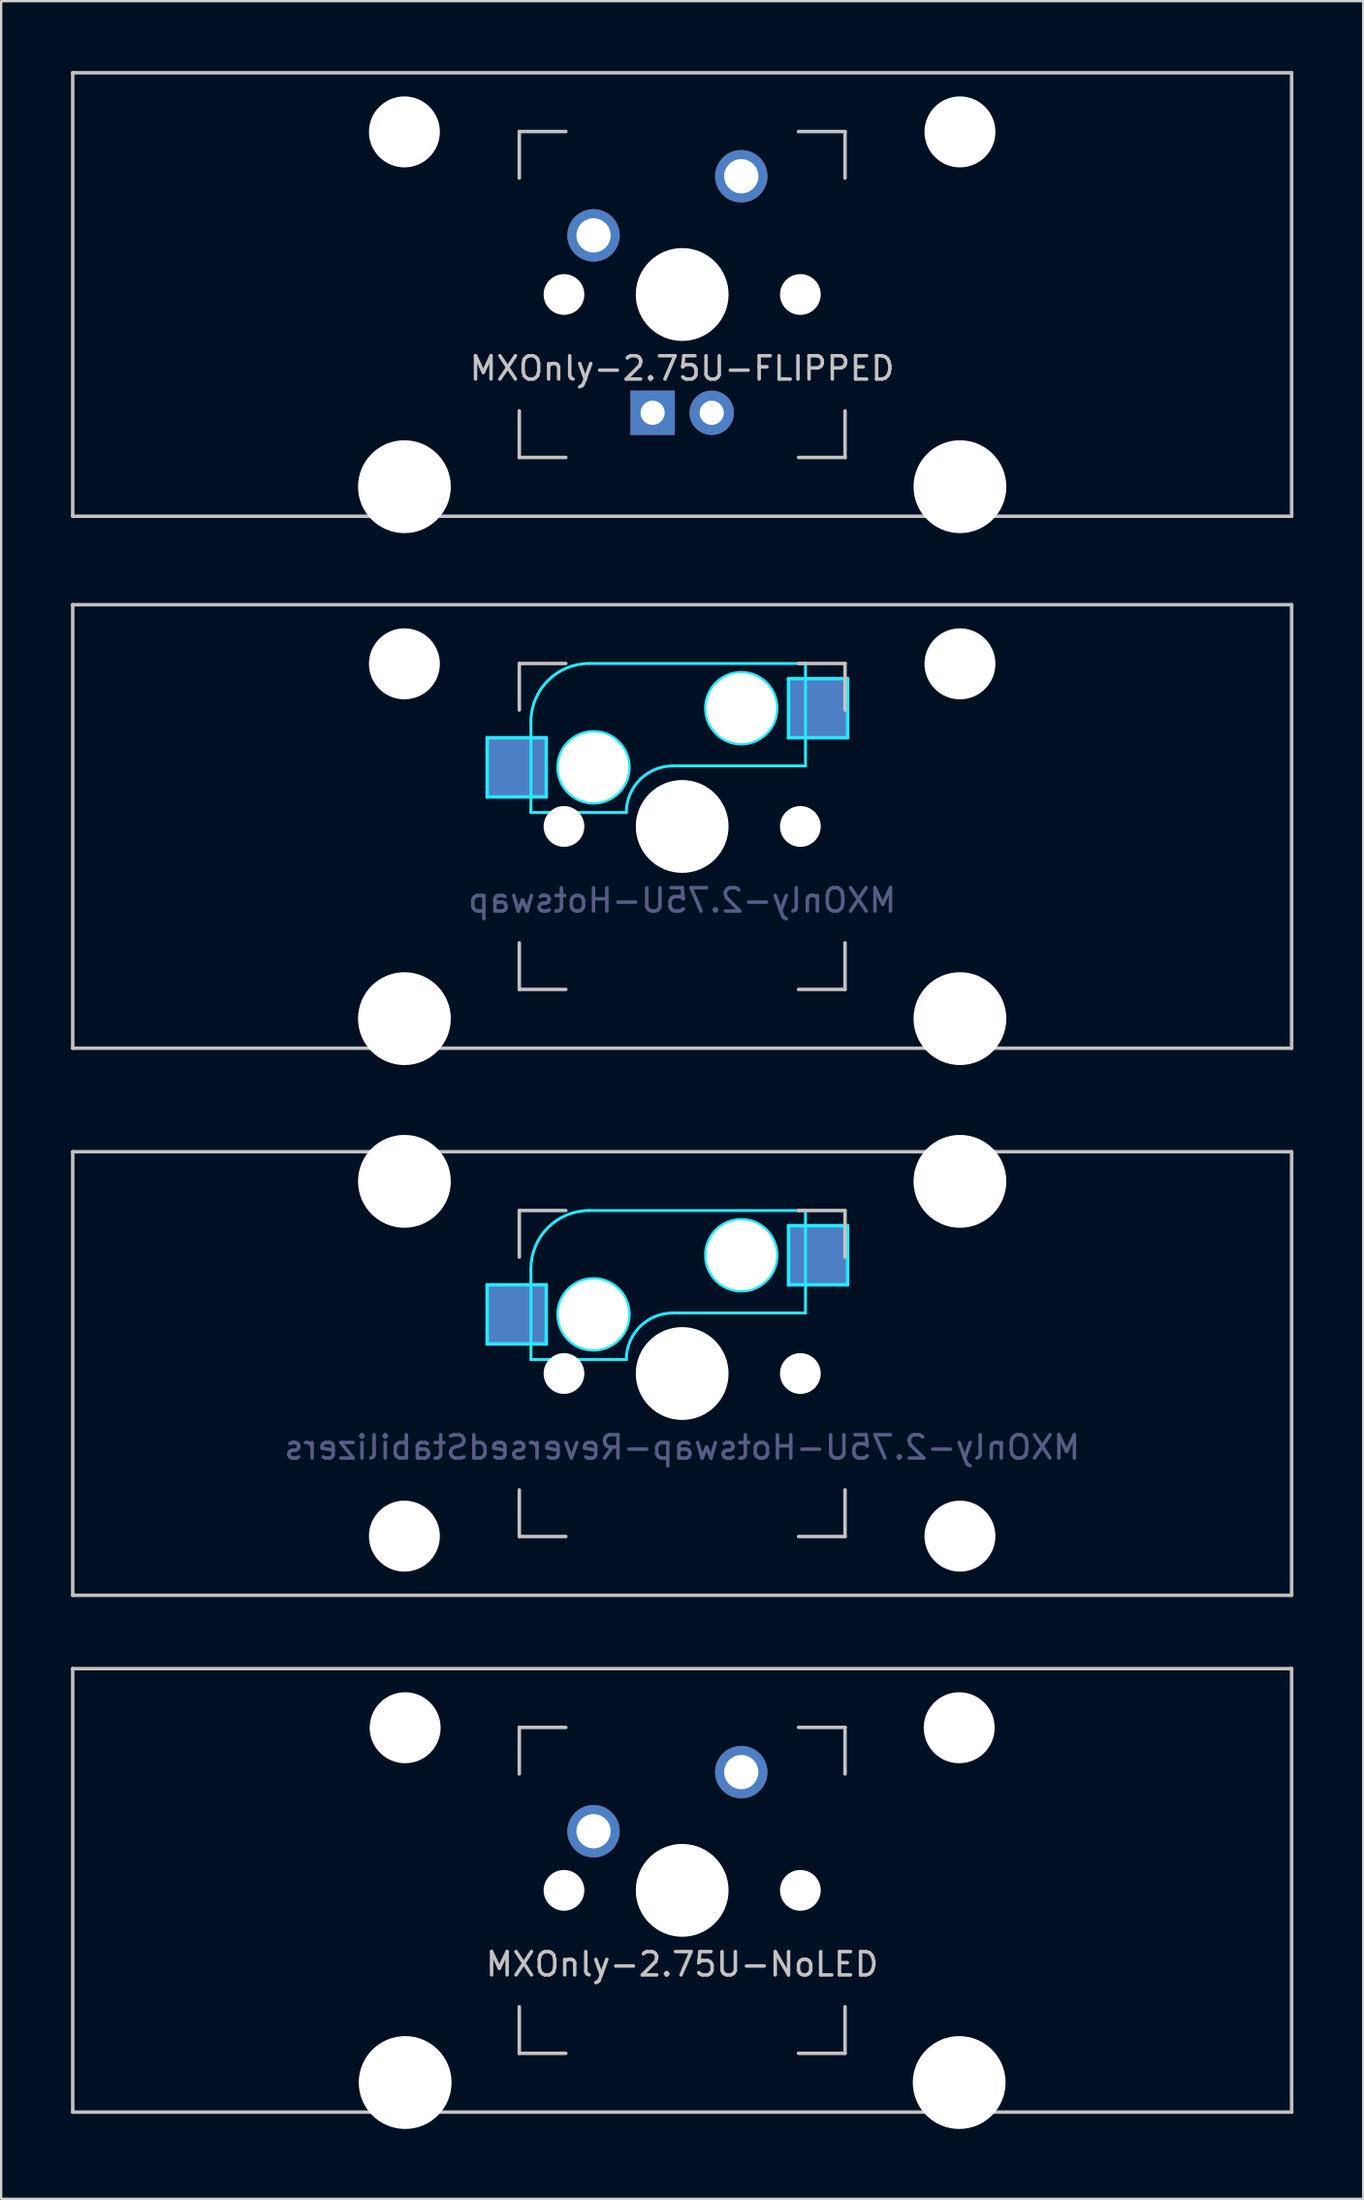
<source format=kicad_pcb>
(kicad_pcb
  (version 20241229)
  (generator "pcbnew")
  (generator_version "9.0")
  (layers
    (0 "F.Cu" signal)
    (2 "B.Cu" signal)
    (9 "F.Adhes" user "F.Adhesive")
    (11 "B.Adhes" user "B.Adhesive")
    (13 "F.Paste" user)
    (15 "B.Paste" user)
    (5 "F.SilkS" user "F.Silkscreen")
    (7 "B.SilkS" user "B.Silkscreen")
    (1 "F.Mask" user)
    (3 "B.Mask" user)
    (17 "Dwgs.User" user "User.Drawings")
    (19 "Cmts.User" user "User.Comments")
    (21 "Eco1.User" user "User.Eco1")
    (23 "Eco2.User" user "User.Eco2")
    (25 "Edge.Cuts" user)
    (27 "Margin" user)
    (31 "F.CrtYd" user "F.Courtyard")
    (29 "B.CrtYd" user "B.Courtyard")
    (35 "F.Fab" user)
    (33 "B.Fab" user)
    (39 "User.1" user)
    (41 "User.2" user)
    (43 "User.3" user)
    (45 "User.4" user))
  (footprint "MXOnly-2.75U-Hotswap"
    (layer "F.Cu")
    (at 26.269 32.449)
    (property "Reference" "MXOnly-2.75U-Hotswap" (at 0 3.175 0) (layer "B.Fab") (effects (font (size 1 1) (thickness 0.15)) (justify mirror)))
    (attr smd)
    (fp_line (start -26.194 -9.525) (end 26.194 -9.525) (stroke (width 0.15) (type solid)) (layer "Dwgs.User"))
    (fp_line (start -26.194 9.525) (end -26.194 -9.525) (stroke (width 0.15) (type solid)) (layer "Dwgs.User"))
    (fp_line (start -7 -7) (end -7 -5) (stroke (width 0.15) (type solid)) (layer "Dwgs.User"))
    (fp_line (start -7 5) (end -7 7) (stroke (width 0.15) (type solid)) (layer "Dwgs.User"))
    (fp_line (start -7 7) (end -5 7) (stroke (width 0.15) (type solid)) (layer "Dwgs.User"))
    (fp_line (start -5 -7) (end -7 -7) (stroke (width 0.15) (type solid)) (layer "Dwgs.User"))
    (fp_line (start 5 -7) (end 7 -7) (stroke (width 0.15) (type solid)) (layer "Dwgs.User"))
    (fp_line (start 5 7) (end 7 7) (stroke (width 0.15) (type solid)) (layer "Dwgs.User"))
    (fp_line (start 7 -7) (end 7 -5) (stroke (width 0.15) (type solid)) (layer "Dwgs.User"))
    (fp_line (start 7 7) (end 7 5) (stroke (width 0.15) (type solid)) (layer "Dwgs.User"))
    (fp_line (start 26.194 -9.525) (end 26.194 9.525) (stroke (width 0.15) (type solid)) (layer "Dwgs.User"))
    (fp_line (start 26.194 9.525) (end -26.194 9.525) (stroke (width 0.15) (type solid)) (layer "Dwgs.User"))
    (fp_line (start -8.382 -3.81) (end -5.842 -3.81) (stroke (width 0.15) (type solid)) (layer "B.CrtYd"))
    (fp_line (start -8.382 -1.27) (end -8.382 -3.81) (stroke (width 0.15) (type solid)) (layer "B.CrtYd"))
    (fp_line (start -6.5 -4.5) (end -6.5 -0.6) (stroke (width 0.127) (type solid)) (layer "B.CrtYd"))
    (fp_line (start -6.5 -0.6) (end -2.4 -0.6) (stroke (width 0.127) (type solid)) (layer "B.CrtYd"))
    (fp_line (start -5.842 -3.81) (end -5.842 -1.27) (stroke (width 0.15) (type solid)) (layer "B.CrtYd"))
    (fp_line (start -5.842 -1.27) (end -8.382 -1.27) (stroke (width 0.15) (type solid)) (layer "B.CrtYd"))
    (fp_line (start -0.4 -2.6) (end 5.3 -2.6) (stroke (width 0.127) (type solid)) (layer "B.CrtYd"))
    (fp_line (start 4.572 -6.35) (end 7.112 -6.35) (stroke (width 0.15) (type solid)) (layer "B.CrtYd"))
    (fp_line (start 4.572 -3.81) (end 4.572 -6.35) (stroke (width 0.15) (type solid)) (layer "B.CrtYd"))
    (fp_line (start 5.3 -7) (end -4 -7) (stroke (width 0.127) (type solid)) (layer "B.CrtYd"))
    (fp_line (start 5.3 -7) (end 5.3 -2.6) (stroke (width 0.127) (type solid)) (layer "B.CrtYd"))
    (fp_line (start 7.112 -6.35) (end 7.112 -3.81) (stroke (width 0.15) (type solid)) (layer "B.CrtYd"))
    (fp_line (start 7.112 -3.81) (end 4.572 -3.81) (stroke (width 0.15) (type solid)) (layer "B.CrtYd"))
    (fp_arc (start -6.5 -4.5) (mid -5.767767 -6.267767) (end -4 -7) (stroke (width 0.127) (type solid)) (layer "B.CrtYd"))
    (fp_arc (start -2.4 -0.6) (mid -1.814214 -2.014214) (end -0.4 -2.6) (stroke (width 0.127) (type solid)) (layer "B.CrtYd"))
    (fp_circle (center -3.81 -2.54) (end -3.81 -4.064) (stroke (width 0.15) (type solid)) (fill no) (layer "B.CrtYd"))
    (fp_circle (center 2.54 -5.08) (end 2.54 -6.604) (stroke (width 0.15) (type solid)) (fill no) (layer "B.CrtYd"))
    (pad "" np_thru_hole circle (at -11.938 -6.985) (size 3.048 3.048) (drill 3.048) (layers "*.Cu" "*.Mask"))
    (pad "" np_thru_hole circle (at -11.938 8.255) (size 3.988 3.988) (drill 3.988) (layers "*.Cu" "*.Mask"))
    (pad "" np_thru_hole circle (at -5.08 0 48.1) (size 1.75 1.75) (drill 1.75) (layers "*.Cu" "*.Mask"))
    (pad "" np_thru_hole circle (at -3.81 -2.54) (size 3 3) (drill 3) (layers "*.Cu" "*.Mask"))
    (pad "" np_thru_hole circle (at 0 0) (size 3.988 3.988) (drill 3.988) (layers "*.Cu" "*.Mask"))
    (pad "" np_thru_hole circle (at 2.54 -5.08) (size 3 3) (drill 3) (layers "*.Cu" "*.Mask"))
    (pad "" np_thru_hole circle (at 5.08 0 48.1) (size 1.75 1.75) (drill 1.75) (layers "*.Cu" "*.Mask"))
    (pad "" np_thru_hole circle (at 11.938 -6.985) (size 3.048 3.048) (drill 3.048) (layers "*.Cu" "*.Mask"))
    (pad "" np_thru_hole circle (at 11.938 8.255) (size 3.988 3.988) (drill 3.988) (layers "*.Cu" "*.Mask"))
    (pad "1" smd rect (at -7.085 -2.54) (size 2.55 2.5) (layers "B.Cu" "B.Mask" "B.Paste"))
    (pad "2" smd rect (at 5.842 -5.08) (size 2.55 2.5) (layers "B.Cu" "B.Mask" "B.Paste")))
  (footprint "MXOnly-2.75U-NoLED"
    (layer "F.Cu")
    (at 26.269 78.147)
    (property "Reference" "MXOnly-2.75U-NoLED" (at 0 3.175 0) (layer "Dwgs.User") (effects (font (size 1 1) (thickness 0.15))))
    (attr through_hole)
    (fp_line (start -26.194 -9.525) (end 26.194 -9.525) (stroke (width 0.15) (type solid)) (layer "Dwgs.User"))
    (fp_line (start -26.194 9.525) (end -26.194 -9.525) (stroke (width 0.15) (type solid)) (layer "Dwgs.User"))
    (fp_line (start -26.194 9.525) (end 26.194 9.525) (stroke (width 0.15) (type solid)) (layer "Dwgs.User"))
    (fp_line (start -7 -7) (end -7 -5) (stroke (width 0.15) (type solid)) (layer "Dwgs.User"))
    (fp_line (start -7 5) (end -7 7) (stroke (width 0.15) (type solid)) (layer "Dwgs.User"))
    (fp_line (start -7 7) (end -5 7) (stroke (width 0.15) (type solid)) (layer "Dwgs.User"))
    (fp_line (start -5 -7) (end -7 -7) (stroke (width 0.15) (type solid)) (layer "Dwgs.User"))
    (fp_line (start 5 -7) (end 7 -7) (stroke (width 0.15) (type solid)) (layer "Dwgs.User"))
    (fp_line (start 5 7) (end 7 7) (stroke (width 0.15) (type solid)) (layer "Dwgs.User"))
    (fp_line (start 7 -7) (end 7 -5) (stroke (width 0.15) (type solid)) (layer "Dwgs.User"))
    (fp_line (start 7 7) (end 7 5) (stroke (width 0.15) (type solid)) (layer "Dwgs.User"))
    (fp_line (start 26.194 -9.525) (end 26.194 9.525) (stroke (width 0.15) (type solid)) (layer "Dwgs.User"))
    (pad "" np_thru_hole circle (at -11.906 -6.985) (size 3.048 3.048) (drill 3.048) (layers "*.Cu" "*.Mask"))
    (pad "" np_thru_hole circle (at -11.906 8.255) (size 3.988 3.988) (drill 3.988) (layers "*.Cu" "*.Mask"))
    (pad "" np_thru_hole circle (at -5.08 0 48.1) (size 1.75 1.75) (drill 1.75) (layers "*.Cu" "*.Mask"))
    (pad "" np_thru_hole circle (at 0 0) (size 3.988 3.988) (drill 3.988) (layers "*.Cu" "*.Mask"))
    (pad "" np_thru_hole circle (at 5.08 0 48.1) (size 1.75 1.75) (drill 1.75) (layers "*.Cu" "*.Mask"))
    (pad "" np_thru_hole circle (at 11.906 -6.985) (size 3.048 3.048) (drill 3.048) (layers "*.Cu" "*.Mask"))
    (pad "" np_thru_hole circle (at 11.906 8.255) (size 3.988 3.988) (drill 3.988) (layers "*.Cu" "*.Mask"))
    (pad "1" thru_hole circle (at -3.81 -2.54) (size 2.25 2.25) (drill 1.47) (layers "*.Cu" "B.Mask"))
    (pad "2" thru_hole circle (at 2.54 -5.08) (size 2.25 2.25) (drill 1.47) (layers "*.Cu" "B.Mask")))
  (footprint "MXOnly-2.75U-Hotswap-ReversedStabilizers"
    (layer "F.Cu")
    (at 26.269 55.947)
    (property "Reference" "MXOnly-2.75U-Hotswap-ReversedStabilizers" (at 0 3.175 0) (layer "B.Fab") (effects (font (size 1 1) (thickness 0.15)) (justify mirror)))
    (attr smd)
    (fp_line (start -26.194 -9.525) (end 26.194 -9.525) (stroke (width 0.15) (type solid)) (layer "Dwgs.User"))
    (fp_line (start -26.194 9.525) (end -26.194 -9.525) (stroke (width 0.15) (type solid)) (layer "Dwgs.User"))
    (fp_line (start -7 -7) (end -7 -5) (stroke (width 0.15) (type solid)) (layer "Dwgs.User"))
    (fp_line (start -7 5) (end -7 7) (stroke (width 0.15) (type solid)) (layer "Dwgs.User"))
    (fp_line (start -7 7) (end -5 7) (stroke (width 0.15) (type solid)) (layer "Dwgs.User"))
    (fp_line (start -5 -7) (end -7 -7) (stroke (width 0.15) (type solid)) (layer "Dwgs.User"))
    (fp_line (start 5 -7) (end 7 -7) (stroke (width 0.15) (type solid)) (layer "Dwgs.User"))
    (fp_line (start 5 7) (end 7 7) (stroke (width 0.15) (type solid)) (layer "Dwgs.User"))
    (fp_line (start 7 -7) (end 7 -5) (stroke (width 0.15) (type solid)) (layer "Dwgs.User"))
    (fp_line (start 7 7) (end 7 5) (stroke (width 0.15) (type solid)) (layer "Dwgs.User"))
    (fp_line (start 26.194 -9.525) (end 26.194 9.525) (stroke (width 0.15) (type solid)) (layer "Dwgs.User"))
    (fp_line (start 26.194 9.525) (end -26.194 9.525) (stroke (width 0.15) (type solid)) (layer "Dwgs.User"))
    (fp_line (start -8.382 -3.81) (end -5.842 -3.81) (stroke (width 0.15) (type solid)) (layer "B.CrtYd"))
    (fp_line (start -8.382 -1.27) (end -8.382 -3.81) (stroke (width 0.15) (type solid)) (layer "B.CrtYd"))
    (fp_line (start -6.5 -4.5) (end -6.5 -0.6) (stroke (width 0.127) (type solid)) (layer "B.CrtYd"))
    (fp_line (start -6.5 -0.6) (end -2.4 -0.6) (stroke (width 0.127) (type solid)) (layer "B.CrtYd"))
    (fp_line (start -5.842 -3.81) (end -5.842 -1.27) (stroke (width 0.15) (type solid)) (layer "B.CrtYd"))
    (fp_line (start -5.842 -1.27) (end -8.382 -1.27) (stroke (width 0.15) (type solid)) (layer "B.CrtYd"))
    (fp_line (start -0.4 -2.6) (end 5.3 -2.6) (stroke (width 0.127) (type solid)) (layer "B.CrtYd"))
    (fp_line (start 4.572 -6.35) (end 7.112 -6.35) (stroke (width 0.15) (type solid)) (layer "B.CrtYd"))
    (fp_line (start 4.572 -3.81) (end 4.572 -6.35) (stroke (width 0.15) (type solid)) (layer "B.CrtYd"))
    (fp_line (start 5.3 -7) (end -4 -7) (stroke (width 0.127) (type solid)) (layer "B.CrtYd"))
    (fp_line (start 5.3 -7) (end 5.3 -2.6) (stroke (width 0.127) (type solid)) (layer "B.CrtYd"))
    (fp_line (start 7.112 -6.35) (end 7.112 -3.81) (stroke (width 0.15) (type solid)) (layer "B.CrtYd"))
    (fp_line (start 7.112 -3.81) (end 4.572 -3.81) (stroke (width 0.15) (type solid)) (layer "B.CrtYd"))
    (fp_arc (start -6.5 -4.5) (mid -5.767767 -6.267767) (end -4 -7) (stroke (width 0.127) (type solid)) (layer "B.CrtYd"))
    (fp_arc (start -2.4 -0.6) (mid -1.814214 -2.014214) (end -0.4 -2.6) (stroke (width 0.127) (type solid)) (layer "B.CrtYd"))
    (fp_circle (center -3.81 -2.54) (end -3.81 -4.064) (stroke (width 0.15) (type solid)) (fill no) (layer "B.CrtYd"))
    (fp_circle (center 2.54 -5.08) (end 2.54 -6.604) (stroke (width 0.15) (type solid)) (fill no) (layer "B.CrtYd"))
    (pad "" np_thru_hole circle (at -11.938 -8.255) (size 3.988 3.988) (drill 3.988) (layers "*.Cu" "*.Mask"))
    (pad "" np_thru_hole circle (at -11.938 6.985) (size 3.048 3.048) (drill 3.048) (layers "*.Cu" "*.Mask"))
    (pad "" np_thru_hole circle (at -5.08 0 48.1) (size 1.75 1.75) (drill 1.75) (layers "*.Cu" "*.Mask"))
    (pad "" np_thru_hole circle (at -3.81 -2.54) (size 3 3) (drill 3) (layers "*.Cu" "*.Mask"))
    (pad "" np_thru_hole circle (at 0 0) (size 3.988 3.988) (drill 3.988) (layers "*.Cu" "*.Mask"))
    (pad "" np_thru_hole circle (at 2.54 -5.08) (size 3 3) (drill 3) (layers "*.Cu" "*.Mask"))
    (pad "" np_thru_hole circle (at 5.08 0 48.1) (size 1.75 1.75) (drill 1.75) (layers "*.Cu" "*.Mask"))
    (pad "" np_thru_hole circle (at 11.938 -8.255) (size 3.988 3.988) (drill 3.988) (layers "*.Cu" "*.Mask"))
    (pad "" np_thru_hole circle (at 11.938 6.985) (size 3.048 3.048) (drill 3.048) (layers "*.Cu" "*.Mask"))
    (pad "1" smd rect (at -7.085 -2.54) (size 2.55 2.5) (layers "B.Cu" "B.Mask" "B.Paste"))
    (pad "2" smd rect (at 5.842 -5.08) (size 2.55 2.5) (layers "B.Cu" "B.Mask" "B.Paste")))
  (footprint "MXOnly-2.75U-FLIPPED"
    (layer "F.Cu")
    (at 26.269 9.6)
    (property "Reference" "MXOnly-2.75U-FLIPPED" (at 0 3.175 0) (layer "Dwgs.User") (effects (font (size 1 1) (thickness 0.15))))
    (attr through_hole)
    (fp_line (start -26.194 -9.525) (end 26.194 -9.525) (stroke (width 0.15) (type solid)) (layer "Dwgs.User"))
    (fp_line (start -26.194 9.525) (end -26.194 -9.525) (stroke (width 0.15) (type solid)) (layer "Dwgs.User"))
    (fp_line (start -26.194 9.525) (end 26.194 9.525) (stroke (width 0.15) (type solid)) (layer "Dwgs.User"))
    (fp_line (start -7 -7) (end -7 -5) (stroke (width 0.15) (type solid)) (layer "Dwgs.User"))
    (fp_line (start -7 5) (end -7 7) (stroke (width 0.15) (type solid)) (layer "Dwgs.User"))
    (fp_line (start -7 7) (end -5 7) (stroke (width 0.15) (type solid)) (layer "Dwgs.User"))
    (fp_line (start -5 -7) (end -7 -7) (stroke (width 0.15) (type solid)) (layer "Dwgs.User"))
    (fp_line (start 5 -7) (end 7 -7) (stroke (width 0.15) (type solid)) (layer "Dwgs.User"))
    (fp_line (start 5 7) (end 7 7) (stroke (width 0.15) (type solid)) (layer "Dwgs.User"))
    (fp_line (start 7 -7) (end 7 -5) (stroke (width 0.15) (type solid)) (layer "Dwgs.User"))
    (fp_line (start 7 7) (end 7 5) (stroke (width 0.15) (type solid)) (layer "Dwgs.User"))
    (fp_line (start 26.194 -9.525) (end 26.194 9.525) (stroke (width 0.15) (type solid)) (layer "Dwgs.User"))
    (pad "" np_thru_hole circle (at -11.938 -6.985) (size 3.048 3.048) (drill 3.048) (layers "*.Cu" "*.Mask"))
    (pad "" np_thru_hole circle (at -11.938 8.255) (size 3.988 3.988) (drill 3.988) (layers "*.Cu" "*.Mask"))
    (pad "" np_thru_hole circle (at -5.08 0 48.1) (size 1.75 1.75) (drill 1.75) (layers "*.Cu" "*.Mask"))
    (pad "" np_thru_hole circle (at 0 0) (size 3.988 3.988) (drill 3.988) (layers "*.Cu" "*.Mask"))
    (pad "" np_thru_hole circle (at 5.08 0 48.1) (size 1.75 1.75) (drill 1.75) (layers "*.Cu" "*.Mask"))
    (pad "" np_thru_hole circle (at 11.938 -6.985) (size 3.048 3.048) (drill 3.048) (layers "*.Cu" "*.Mask"))
    (pad "" np_thru_hole circle (at 11.938 8.255) (size 3.988 3.988) (drill 3.988) (layers "*.Cu" "*.Mask"))
    (pad "1" thru_hole circle (at -3.81 -2.54) (size 2.25 2.25) (drill 1.47) (layers "*.Cu" "B.Mask"))
    (pad "2" thru_hole circle (at 2.54 -5.08) (size 2.25 2.25) (drill 1.47) (layers "*.Cu" "B.Mask"))
    (pad "3" thru_hole circle (at 1.27 5.08) (size 1.905 1.905) (drill 1.04) (layers "*.Cu" "B.Mask"))
    (pad "4" thru_hole rect (at -1.27 5.08) (size 1.905 1.905) (drill 1.04) (layers "*.Cu" "B.Mask")))
  (gr_rect
    (start -3 -3)
    (end 55.538 91.396)
    (stroke (width 0.1) (type default))
    (fill no)
    (layer "Edge.Cuts")))
</source>
